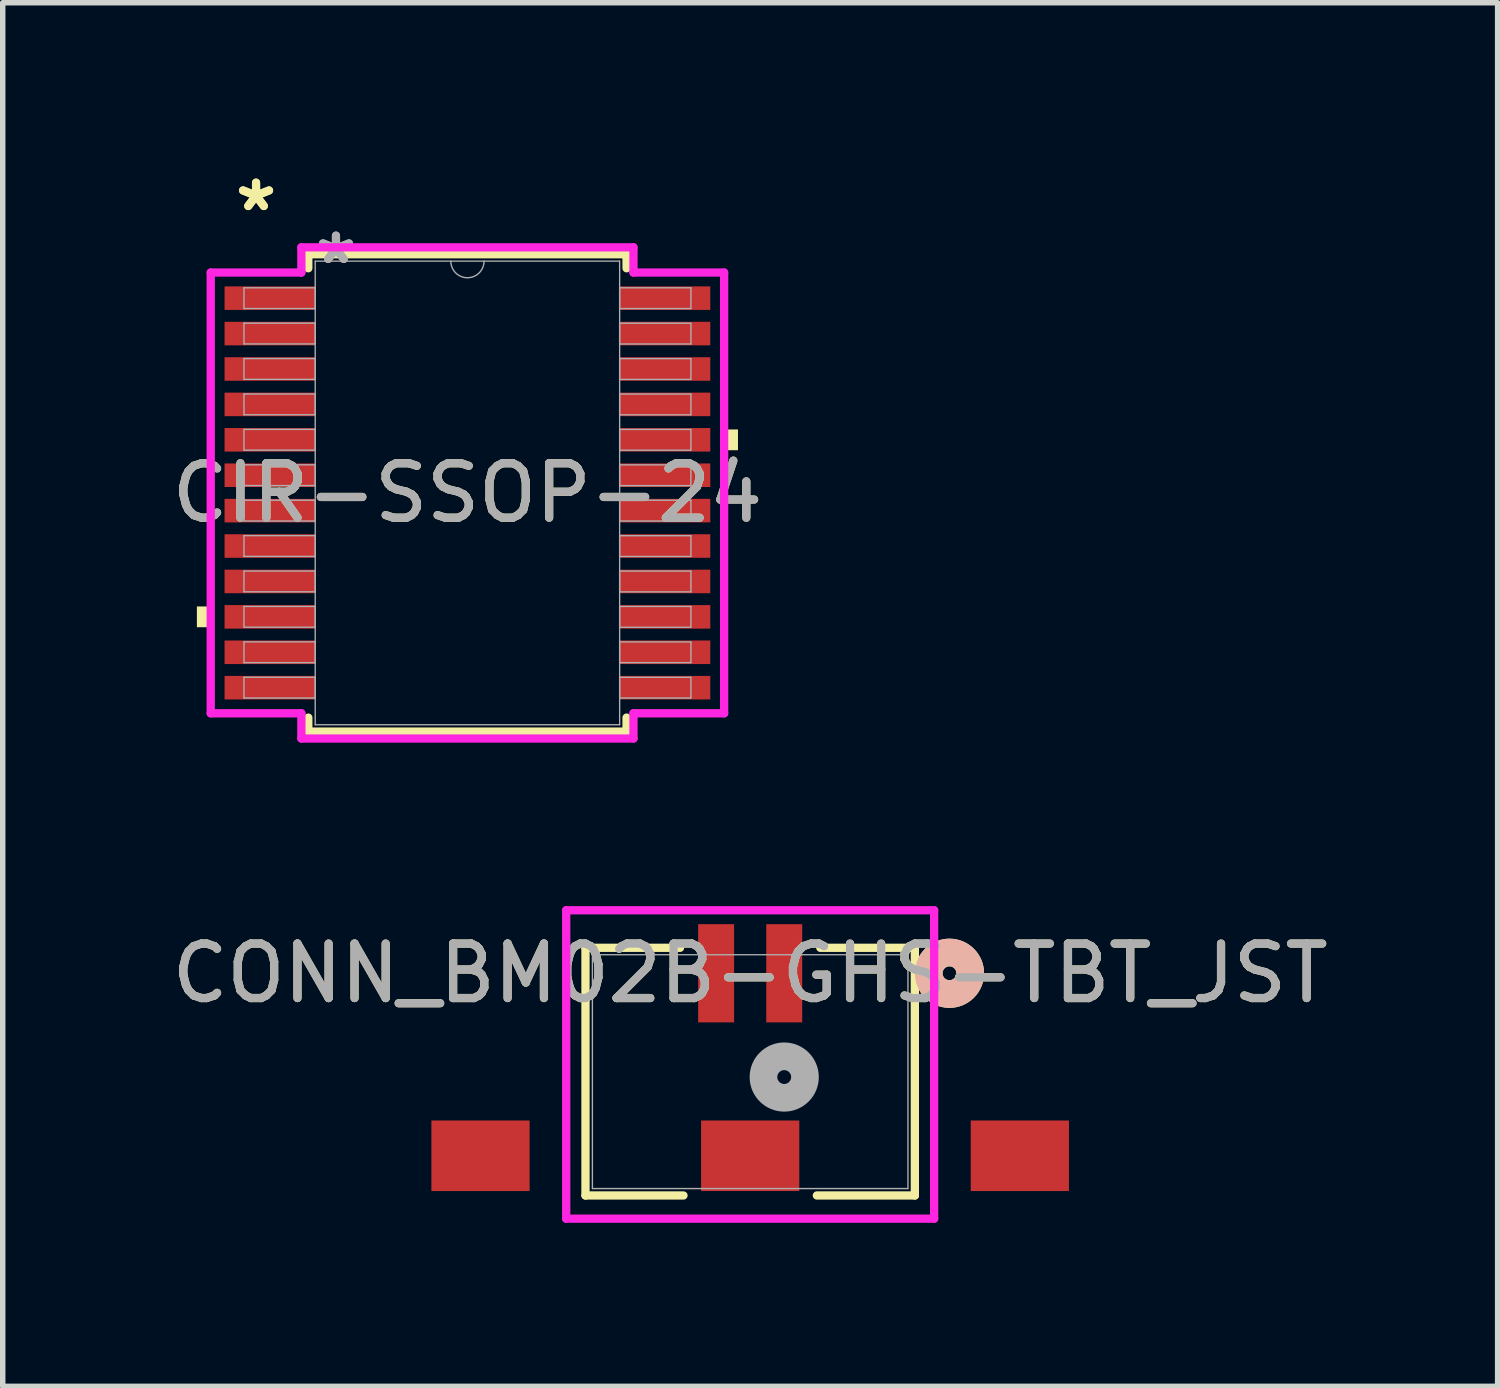
<source format=kicad_pcb>
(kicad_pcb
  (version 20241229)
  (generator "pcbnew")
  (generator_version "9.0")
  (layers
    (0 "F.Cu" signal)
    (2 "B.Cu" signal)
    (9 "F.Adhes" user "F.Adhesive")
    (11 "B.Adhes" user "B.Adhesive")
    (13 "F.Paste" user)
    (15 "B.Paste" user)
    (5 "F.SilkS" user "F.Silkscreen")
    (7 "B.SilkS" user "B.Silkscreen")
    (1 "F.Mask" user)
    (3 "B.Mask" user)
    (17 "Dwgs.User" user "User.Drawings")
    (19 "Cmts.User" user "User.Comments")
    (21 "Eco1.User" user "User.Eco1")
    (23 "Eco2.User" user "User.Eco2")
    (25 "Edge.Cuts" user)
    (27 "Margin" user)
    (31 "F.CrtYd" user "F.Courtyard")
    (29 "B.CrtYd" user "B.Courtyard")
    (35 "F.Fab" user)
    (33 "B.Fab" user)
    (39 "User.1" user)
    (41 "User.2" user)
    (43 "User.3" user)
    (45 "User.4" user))
  (footprint "CONN_BM02B-GHS-TBT_JST"
    (layer "F.Cu")
    (at 10.72 16.621)
    (property "Reference" "CONN_BM02B-GHS-TBT_JST" (at 0 -1.806 0) (unlocked yes) (layer "F.SilkS") (effects (font (size 1 1) (thickness 0.15))))
    (attr smd)
    (fp_line (start -3.023 -2.273) (end -3.023 2.273) (stroke (width 0.152) (type solid)) (layer "F.SilkS"))
    (fp_line (start -3.023 2.273) (end -1.224 2.273) (stroke (width 0.152) (type solid)) (layer "F.SilkS"))
    (fp_line (start -1.288 -2.273) (end -3.023 -2.273) (stroke (width 0.152) (type solid)) (layer "F.SilkS"))
    (fp_line (start 1.224 2.273) (end 3.023 2.273) (stroke (width 0.152) (type solid)) (layer "F.SilkS"))
    (fp_line (start 3.023 -2.273) (end 1.288 -2.273) (stroke (width 0.152) (type solid)) (layer "F.SilkS"))
    (fp_line (start 3.023 2.273) (end 3.023 -2.273) (stroke (width 0.152) (type solid)) (layer "F.SilkS"))
    (fp_circle (center 3.658 -1.806) (end 4.039 -1.806) (stroke (width 0.508) (type solid)) (fill no) (layer "F.SilkS"))
    (fp_circle (center 3.658 -1.806) (end 4.039 -1.806) (stroke (width 0.508) (type solid)) (fill no) (layer "B.SilkS"))
    (fp_line (start -3.377 -2.962) (end -3.377 2.699) (stroke (width 0.152) (type solid)) (layer "F.CrtYd"))
    (fp_line (start -3.377 2.699) (end 3.377 2.699) (stroke (width 0.152) (type solid)) (layer "F.CrtYd"))
    (fp_line (start 3.377 -2.962) (end -3.377 -2.962) (stroke (width 0.152) (type solid)) (layer "F.CrtYd"))
    (fp_line (start 3.377 2.699) (end 3.377 -2.962) (stroke (width 0.152) (type solid)) (layer "F.CrtYd"))
    (fp_line (start -2.896 -2.146) (end -2.896 2.146) (stroke (width 0.025) (type solid)) (layer "F.Fab"))
    (fp_line (start -2.896 2.146) (end 2.896 2.146) (stroke (width 0.025) (type solid)) (layer "F.Fab"))
    (fp_line (start 2.896 -2.146) (end -2.896 -2.146) (stroke (width 0.025) (type solid)) (layer "F.Fab"))
    (fp_line (start 2.896 2.146) (end 2.896 -2.146) (stroke (width 0.025) (type solid)) (layer "F.Fab"))
    (fp_circle (center 0.625 0.099) (end 1.006 0.099) (stroke (width 0.508) (type solid)) (fill no) (layer "F.Fab"))
    (fp_text user "${REFERENCE}" (at 0 -1.806 0) (unlocked yes) (layer "F.Fab") (effects (font (size 1 1) (thickness 0.15))))
    (pad "1" smd rect (at 0.625 -1.806) (size 0.66 1.803) (layers "F.Cu" "F.Mask" "F.Paste"))
    (pad "2" smd rect (at -0.625 -1.806) (size 0.66 1.803) (layers "F.Cu" "F.Mask" "F.Paste"))
    (pad "3" smd rect (at -4.95 1.544 90) (size 1.295 1.803) (layers "F.Cu" "F.Mask" "F.Paste"))
    (pad "4" smd rect (at 0 1.544 90) (size 1.295 1.803) (layers "F.Cu" "F.Mask" "F.Paste"))
    (pad "5" smd rect (at 4.95 1.544 90) (size 1.295 1.803) (layers "F.Cu" "F.Mask" "F.Paste")))
  (footprint "CIR-SSOP-24"
    (layer "F.Cu")
    (at 5.53 5.998)
    (property "Reference" "CIR-SSOP-24" (at 0 0 0) (unlocked yes) (layer "F.SilkS") (effects (font (size 1 1) (thickness 0.15))))
    (attr smd)
    (fp_line (start -2.921 -4.381) (end -2.921 -4.124) (stroke (width 0.152) (type solid)) (layer "F.SilkS"))
    (fp_line (start -2.921 4.124) (end -2.921 4.381) (stroke (width 0.152) (type solid)) (layer "F.SilkS"))
    (fp_line (start -2.921 4.381) (end 2.921 4.381) (stroke (width 0.152) (type solid)) (layer "F.SilkS"))
    (fp_line (start 2.921 -4.381) (end -2.921 -4.381) (stroke (width 0.152) (type solid)) (layer "F.SilkS"))
    (fp_line (start 2.921 -4.124) (end 2.921 -4.381) (stroke (width 0.152) (type solid)) (layer "F.SilkS"))
    (fp_line (start 2.921 4.381) (end 2.921 4.124) (stroke (width 0.152) (type solid)) (layer "F.SilkS"))
    (fp_poly (pts (xy -4.966 2.084) (xy -4.966 2.465) (xy -4.712 2.465) (xy -4.712 2.084)) (stroke (width 0) (type solid)) (fill yes) (layer "F.SilkS"))
    (fp_poly (pts (xy 4.966 -1.165) (xy 4.966 -0.784) (xy 4.712 -0.784) (xy 4.712 -1.165)) (stroke (width 0) (type solid)) (fill yes) (layer "F.SilkS"))
    (fp_line (start -4.712 -4.045) (end -3.048 -4.045) (stroke (width 0.152) (type solid)) (layer "F.CrtYd"))
    (fp_line (start -4.712 4.045) (end -4.712 -4.045) (stroke (width 0.152) (type solid)) (layer "F.CrtYd"))
    (fp_line (start -4.712 4.045) (end -3.048 4.045) (stroke (width 0.152) (type solid)) (layer "F.CrtYd"))
    (fp_line (start -3.048 -4.508) (end 3.048 -4.508) (stroke (width 0.152) (type solid)) (layer "F.CrtYd"))
    (fp_line (start -3.048 -4.045) (end -3.048 -4.508) (stroke (width 0.152) (type solid)) (layer "F.CrtYd"))
    (fp_line (start -3.048 4.508) (end -3.048 4.045) (stroke (width 0.152) (type solid)) (layer "F.CrtYd"))
    (fp_line (start 3.048 -4.508) (end 3.048 -4.045) (stroke (width 0.152) (type solid)) (layer "F.CrtYd"))
    (fp_line (start 3.048 4.045) (end 3.048 4.508) (stroke (width 0.152) (type solid)) (layer "F.CrtYd"))
    (fp_line (start 3.048 4.508) (end -3.048 4.508) (stroke (width 0.152) (type solid)) (layer "F.CrtYd"))
    (fp_line (start 4.712 -4.045) (end 3.048 -4.045) (stroke (width 0.152) (type solid)) (layer "F.CrtYd"))
    (fp_line (start 4.712 -4.045) (end 4.712 4.045) (stroke (width 0.152) (type solid)) (layer "F.CrtYd"))
    (fp_line (start 4.712 4.045) (end 3.048 4.045) (stroke (width 0.152) (type solid)) (layer "F.CrtYd"))
    (fp_line (start -4.102 -3.765) (end -4.102 -3.385) (stroke (width 0.025) (type solid)) (layer "F.Fab"))
    (fp_line (start -4.102 -3.385) (end -2.794 -3.385) (stroke (width 0.025) (type solid)) (layer "F.Fab"))
    (fp_line (start -4.102 -3.116) (end -4.102 -2.735) (stroke (width 0.025) (type solid)) (layer "F.Fab"))
    (fp_line (start -4.102 -2.735) (end -2.794 -2.735) (stroke (width 0.025) (type solid)) (layer "F.Fab"))
    (fp_line (start -4.102 -2.466) (end -4.102 -2.085) (stroke (width 0.025) (type solid)) (layer "F.Fab"))
    (fp_line (start -4.102 -2.085) (end -2.794 -2.085) (stroke (width 0.025) (type solid)) (layer "F.Fab"))
    (fp_line (start -4.102 -1.816) (end -4.102 -1.435) (stroke (width 0.025) (type solid)) (layer "F.Fab"))
    (fp_line (start -4.102 -1.435) (end -2.794 -1.435) (stroke (width 0.025) (type solid)) (layer "F.Fab"))
    (fp_line (start -4.102 -1.166) (end -4.102 -0.785) (stroke (width 0.025) (type solid)) (layer "F.Fab"))
    (fp_line (start -4.102 -0.785) (end -2.794 -0.785) (stroke (width 0.025) (type solid)) (layer "F.Fab"))
    (fp_line (start -4.102 -0.516) (end -4.102 -0.135) (stroke (width 0.025) (type solid)) (layer "F.Fab"))
    (fp_line (start -4.102 -0.135) (end -2.794 -0.135) (stroke (width 0.025) (type solid)) (layer "F.Fab"))
    (fp_line (start -4.102 0.134) (end -4.102 0.515) (stroke (width 0.025) (type solid)) (layer "F.Fab"))
    (fp_line (start -4.102 0.515) (end -2.794 0.515) (stroke (width 0.025) (type solid)) (layer "F.Fab"))
    (fp_line (start -4.102 0.784) (end -4.102 1.165) (stroke (width 0.025) (type solid)) (layer "F.Fab"))
    (fp_line (start -4.102 1.165) (end -2.794 1.165) (stroke (width 0.025) (type solid)) (layer "F.Fab"))
    (fp_line (start -4.102 1.434) (end -4.102 1.815) (stroke (width 0.025) (type solid)) (layer "F.Fab"))
    (fp_line (start -4.102 1.815) (end -2.794 1.815) (stroke (width 0.025) (type solid)) (layer "F.Fab"))
    (fp_line (start -4.102 2.084) (end -4.102 2.465) (stroke (width 0.025) (type solid)) (layer "F.Fab"))
    (fp_line (start -4.102 2.465) (end -2.794 2.465) (stroke (width 0.025) (type solid)) (layer "F.Fab"))
    (fp_line (start -4.102 2.734) (end -4.102 3.115) (stroke (width 0.025) (type solid)) (layer "F.Fab"))
    (fp_line (start -4.102 3.115) (end -2.794 3.115) (stroke (width 0.025) (type solid)) (layer "F.Fab"))
    (fp_line (start -4.102 3.384) (end -4.102 3.765) (stroke (width 0.025) (type solid)) (layer "F.Fab"))
    (fp_line (start -4.102 3.765) (end -2.794 3.765) (stroke (width 0.025) (type solid)) (layer "F.Fab"))
    (fp_line (start -2.794 -4.255) (end -2.794 4.255) (stroke (width 0.025) (type solid)) (layer "F.Fab"))
    (fp_line (start -2.794 -3.765) (end -4.102 -3.765) (stroke (width 0.025) (type solid)) (layer "F.Fab"))
    (fp_line (start -2.794 -3.385) (end -2.794 -3.765) (stroke (width 0.025) (type solid)) (layer "F.Fab"))
    (fp_line (start -2.794 -3.116) (end -4.102 -3.116) (stroke (width 0.025) (type solid)) (layer "F.Fab"))
    (fp_line (start -2.794 -2.735) (end -2.794 -3.116) (stroke (width 0.025) (type solid)) (layer "F.Fab"))
    (fp_line (start -2.794 -2.466) (end -4.102 -2.466) (stroke (width 0.025) (type solid)) (layer "F.Fab"))
    (fp_line (start -2.794 -2.085) (end -2.794 -2.466) (stroke (width 0.025) (type solid)) (layer "F.Fab"))
    (fp_line (start -2.794 -1.816) (end -4.102 -1.816) (stroke (width 0.025) (type solid)) (layer "F.Fab"))
    (fp_line (start -2.794 -1.435) (end -2.794 -1.816) (stroke (width 0.025) (type solid)) (layer "F.Fab"))
    (fp_line (start -2.794 -1.166) (end -4.102 -1.166) (stroke (width 0.025) (type solid)) (layer "F.Fab"))
    (fp_line (start -2.794 -0.785) (end -2.794 -1.166) (stroke (width 0.025) (type solid)) (layer "F.Fab"))
    (fp_line (start -2.794 -0.516) (end -4.102 -0.516) (stroke (width 0.025) (type solid)) (layer "F.Fab"))
    (fp_line (start -2.794 -0.135) (end -2.794 -0.516) (stroke (width 0.025) (type solid)) (layer "F.Fab"))
    (fp_line (start -2.794 0.134) (end -4.102 0.134) (stroke (width 0.025) (type solid)) (layer "F.Fab"))
    (fp_line (start -2.794 0.515) (end -2.794 0.134) (stroke (width 0.025) (type solid)) (layer "F.Fab"))
    (fp_line (start -2.794 0.784) (end -4.102 0.784) (stroke (width 0.025) (type solid)) (layer "F.Fab"))
    (fp_line (start -2.794 1.165) (end -2.794 0.784) (stroke (width 0.025) (type solid)) (layer "F.Fab"))
    (fp_line (start -2.794 1.434) (end -4.102 1.434) (stroke (width 0.025) (type solid)) (layer "F.Fab"))
    (fp_line (start -2.794 1.815) (end -2.794 1.434) (stroke (width 0.025) (type solid)) (layer "F.Fab"))
    (fp_line (start -2.794 2.084) (end -4.102 2.084) (stroke (width 0.025) (type solid)) (layer "F.Fab"))
    (fp_line (start -2.794 2.465) (end -2.794 2.084) (stroke (width 0.025) (type solid)) (layer "F.Fab"))
    (fp_line (start -2.794 2.734) (end -4.102 2.734) (stroke (width 0.025) (type solid)) (layer "F.Fab"))
    (fp_line (start -2.794 3.115) (end -2.794 2.734) (stroke (width 0.025) (type solid)) (layer "F.Fab"))
    (fp_line (start -2.794 3.384) (end -4.102 3.384) (stroke (width 0.025) (type solid)) (layer "F.Fab"))
    (fp_line (start -2.794 3.765) (end -2.794 3.384) (stroke (width 0.025) (type solid)) (layer "F.Fab"))
    (fp_line (start -2.794 4.255) (end 2.794 4.255) (stroke (width 0.025) (type solid)) (layer "F.Fab"))
    (fp_line (start 2.794 -4.255) (end -2.794 -4.255) (stroke (width 0.025) (type solid)) (layer "F.Fab"))
    (fp_line (start 2.794 -3.765) (end 2.794 -3.384) (stroke (width 0.025) (type solid)) (layer "F.Fab"))
    (fp_line (start 2.794 -3.384) (end 4.102 -3.384) (stroke (width 0.025) (type solid)) (layer "F.Fab"))
    (fp_line (start 2.794 -3.115) (end 2.794 -2.734) (stroke (width 0.025) (type solid)) (layer "F.Fab"))
    (fp_line (start 2.794 -2.734) (end 4.102 -2.734) (stroke (width 0.025) (type solid)) (layer "F.Fab"))
    (fp_line (start 2.794 -2.465) (end 2.794 -2.084) (stroke (width 0.025) (type solid)) (layer "F.Fab"))
    (fp_line (start 2.794 -2.084) (end 4.102 -2.084) (stroke (width 0.025) (type solid)) (layer "F.Fab"))
    (fp_line (start 2.794 -1.815) (end 2.794 -1.434) (stroke (width 0.025) (type solid)) (layer "F.Fab"))
    (fp_line (start 2.794 -1.434) (end 4.102 -1.434) (stroke (width 0.025) (type solid)) (layer "F.Fab"))
    (fp_line (start 2.794 -1.165) (end 2.794 -0.784) (stroke (width 0.025) (type solid)) (layer "F.Fab"))
    (fp_line (start 2.794 -0.784) (end 4.102 -0.784) (stroke (width 0.025) (type solid)) (layer "F.Fab"))
    (fp_line (start 2.794 -0.515) (end 2.794 -0.134) (stroke (width 0.025) (type solid)) (layer "F.Fab"))
    (fp_line (start 2.794 -0.134) (end 4.102 -0.134) (stroke (width 0.025) (type solid)) (layer "F.Fab"))
    (fp_line (start 2.794 0.135) (end 2.794 0.516) (stroke (width 0.025) (type solid)) (layer "F.Fab"))
    (fp_line (start 2.794 0.516) (end 4.102 0.516) (stroke (width 0.025) (type solid)) (layer "F.Fab"))
    (fp_line (start 2.794 0.785) (end 2.794 1.166) (stroke (width 0.025) (type solid)) (layer "F.Fab"))
    (fp_line (start 2.794 1.166) (end 4.102 1.166) (stroke (width 0.025) (type solid)) (layer "F.Fab"))
    (fp_line (start 2.794 1.435) (end 2.794 1.816) (stroke (width 0.025) (type solid)) (layer "F.Fab"))
    (fp_line (start 2.794 1.816) (end 4.102 1.816) (stroke (width 0.025) (type solid)) (layer "F.Fab"))
    (fp_line (start 2.794 2.084) (end 2.794 2.466) (stroke (width 0.025) (type solid)) (layer "F.Fab"))
    (fp_line (start 2.794 2.466) (end 4.102 2.466) (stroke (width 0.025) (type solid)) (layer "F.Fab"))
    (fp_line (start 2.794 2.735) (end 2.794 3.115) (stroke (width 0.025) (type solid)) (layer "F.Fab"))
    (fp_line (start 2.794 3.115) (end 4.102 3.115) (stroke (width 0.025) (type solid)) (layer "F.Fab"))
    (fp_line (start 2.794 3.385) (end 2.794 3.765) (stroke (width 0.025) (type solid)) (layer "F.Fab"))
    (fp_line (start 2.794 3.765) (end 4.102 3.765) (stroke (width 0.025) (type solid)) (layer "F.Fab"))
    (fp_line (start 2.794 4.255) (end 2.794 -4.255) (stroke (width 0.025) (type solid)) (layer "F.Fab"))
    (fp_line (start 4.102 -3.765) (end 2.794 -3.765) (stroke (width 0.025) (type solid)) (layer "F.Fab"))
    (fp_line (start 4.102 -3.384) (end 4.102 -3.765) (stroke (width 0.025) (type solid)) (layer "F.Fab"))
    (fp_line (start 4.102 -3.115) (end 2.794 -3.115) (stroke (width 0.025) (type solid)) (layer "F.Fab"))
    (fp_line (start 4.102 -2.734) (end 4.102 -3.115) (stroke (width 0.025) (type solid)) (layer "F.Fab"))
    (fp_line (start 4.102 -2.465) (end 2.794 -2.465) (stroke (width 0.025) (type solid)) (layer "F.Fab"))
    (fp_line (start 4.102 -2.084) (end 4.102 -2.465) (stroke (width 0.025) (type solid)) (layer "F.Fab"))
    (fp_line (start 4.102 -1.815) (end 2.794 -1.815) (stroke (width 0.025) (type solid)) (layer "F.Fab"))
    (fp_line (start 4.102 -1.434) (end 4.102 -1.815) (stroke (width 0.025) (type solid)) (layer "F.Fab"))
    (fp_line (start 4.102 -1.165) (end 2.794 -1.165) (stroke (width 0.025) (type solid)) (layer "F.Fab"))
    (fp_line (start 4.102 -0.784) (end 4.102 -1.165) (stroke (width 0.025) (type solid)) (layer "F.Fab"))
    (fp_line (start 4.102 -0.515) (end 2.794 -0.515) (stroke (width 0.025) (type solid)) (layer "F.Fab"))
    (fp_line (start 4.102 -0.134) (end 4.102 -0.515) (stroke (width 0.025) (type solid)) (layer "F.Fab"))
    (fp_line (start 4.102 0.135) (end 2.794 0.135) (stroke (width 0.025) (type solid)) (layer "F.Fab"))
    (fp_line (start 4.102 0.516) (end 4.102 0.135) (stroke (width 0.025) (type solid)) (layer "F.Fab"))
    (fp_line (start 4.102 0.785) (end 2.794 0.785) (stroke (width 0.025) (type solid)) (layer "F.Fab"))
    (fp_line (start 4.102 1.166) (end 4.102 0.785) (stroke (width 0.025) (type solid)) (layer "F.Fab"))
    (fp_line (start 4.102 1.435) (end 2.794 1.435) (stroke (width 0.025) (type solid)) (layer "F.Fab"))
    (fp_line (start 4.102 1.816) (end 4.102 1.435) (stroke (width 0.025) (type solid)) (layer "F.Fab"))
    (fp_line (start 4.102 2.084) (end 2.794 2.084) (stroke (width 0.025) (type solid)) (layer "F.Fab"))
    (fp_line (start 4.102 2.466) (end 4.102 2.084) (stroke (width 0.025) (type solid)) (layer "F.Fab"))
    (fp_line (start 4.102 2.735) (end 2.794 2.735) (stroke (width 0.025) (type solid)) (layer "F.Fab"))
    (fp_line (start 4.102 3.115) (end 4.102 2.735) (stroke (width 0.025) (type solid)) (layer "F.Fab"))
    (fp_line (start 4.102 3.385) (end 2.794 3.385) (stroke (width 0.025) (type solid)) (layer "F.Fab"))
    (fp_line (start 4.102 3.765) (end 4.102 3.385) (stroke (width 0.025) (type solid)) (layer "F.Fab"))
    (fp_arc (start 0.3048 -4.2545) (mid 0 -3.9497) (end -0.3048 -4.2545) (stroke (width 0.0254) (type solid)) (layer "F.Fab"))
    (fp_text user "*" (at -3.88 -5.15 0) (layer "F.SilkS") (effects (font (size 1 1) (thickness 0.15))))
    (fp_text user "*" (at -3.88 -5.15 0) (unlocked yes) (layer "F.SilkS") (effects (font (size 1 1) (thickness 0.15))))
    (fp_text user "*" (at -2.413 -4.178 0) (unlocked yes) (layer "F.Fab") (effects (font (size 1 1) (thickness 0.15))))
    (fp_text user "*" (at -2.413 -4.178 0) (layer "F.Fab") (effects (font (size 1 1) (thickness 0.15))))
    (fp_text user "${REFERENCE}" (at 0 0 0) (unlocked yes) (layer "F.Fab") (effects (font (size 1 1) (thickness 0.15))))
    (pad "1" smd rect (at -3.626 -3.575) (size 1.664 0.432) (layers "F.Cu" "F.Mask" "F.Paste"))
    (pad "2" smd rect (at -3.626 -2.925) (size 1.664 0.432) (layers "F.Cu" "F.Mask" "F.Paste"))
    (pad "3" smd rect (at -3.626 -2.275) (size 1.664 0.432) (layers "F.Cu" "F.Mask" "F.Paste"))
    (pad "4" smd rect (at -3.626 -1.625) (size 1.664 0.432) (layers "F.Cu" "F.Mask" "F.Paste"))
    (pad "5" smd rect (at -3.626 -0.975) (size 1.664 0.432) (layers "F.Cu" "F.Mask" "F.Paste"))
    (pad "6" smd rect (at -3.626 -0.325) (size 1.664 0.432) (layers "F.Cu" "F.Mask" "F.Paste"))
    (pad "7" smd rect (at -3.626 0.325) (size 1.664 0.432) (layers "F.Cu" "F.Mask" "F.Paste"))
    (pad "8" smd rect (at -3.626 0.975) (size 1.664 0.432) (layers "F.Cu" "F.Mask" "F.Paste"))
    (pad "9" smd rect (at -3.626 1.625) (size 1.664 0.432) (layers "F.Cu" "F.Mask" "F.Paste"))
    (pad "10" smd rect (at -3.626 2.275) (size 1.664 0.432) (layers "F.Cu" "F.Mask" "F.Paste"))
    (pad "11" smd rect (at -3.626 2.925) (size 1.664 0.432) (layers "F.Cu" "F.Mask" "F.Paste"))
    (pad "12" smd rect (at -3.626 3.575) (size 1.664 0.432) (layers "F.Cu" "F.Mask" "F.Paste"))
    (pad "13" smd rect (at 3.626 3.575) (size 1.664 0.432) (layers "F.Cu" "F.Mask" "F.Paste"))
    (pad "14" smd rect (at 3.626 2.925) (size 1.664 0.432) (layers "F.Cu" "F.Mask" "F.Paste"))
    (pad "15" smd rect (at 3.626 2.275) (size 1.664 0.432) (layers "F.Cu" "F.Mask" "F.Paste"))
    (pad "16" smd rect (at 3.626 1.625) (size 1.664 0.432) (layers "F.Cu" "F.Mask" "F.Paste"))
    (pad "17" smd rect (at 3.626 0.975) (size 1.664 0.432) (layers "F.Cu" "F.Mask" "F.Paste"))
    (pad "18" smd rect (at 3.626 0.325) (size 1.664 0.432) (layers "F.Cu" "F.Mask" "F.Paste"))
    (pad "19" smd rect (at 3.626 -0.325) (size 1.664 0.432) (layers "F.Cu" "F.Mask" "F.Paste"))
    (pad "20" smd rect (at 3.626 -0.975) (size 1.664 0.432) (layers "F.Cu" "F.Mask" "F.Paste"))
    (pad "21" smd rect (at 3.626 -1.625) (size 1.664 0.432) (layers "F.Cu" "F.Mask" "F.Paste"))
    (pad "22" smd rect (at 3.626 -2.275) (size 1.664 0.432) (layers "F.Cu" "F.Mask" "F.Paste"))
    (pad "23" smd rect (at 3.626 -2.925) (size 1.664 0.432) (layers "F.Cu" "F.Mask" "F.Paste"))
    (pad "24" smd rect (at 3.626 -3.575) (size 1.664 0.432) (layers "F.Cu" "F.Mask" "F.Paste")))
  (gr_rect
    (start -3 -3)
    (end 24.44 22.397)
    (stroke (width 0.1) (type default))
    (fill no)
    (layer "Edge.Cuts")))
</source>
